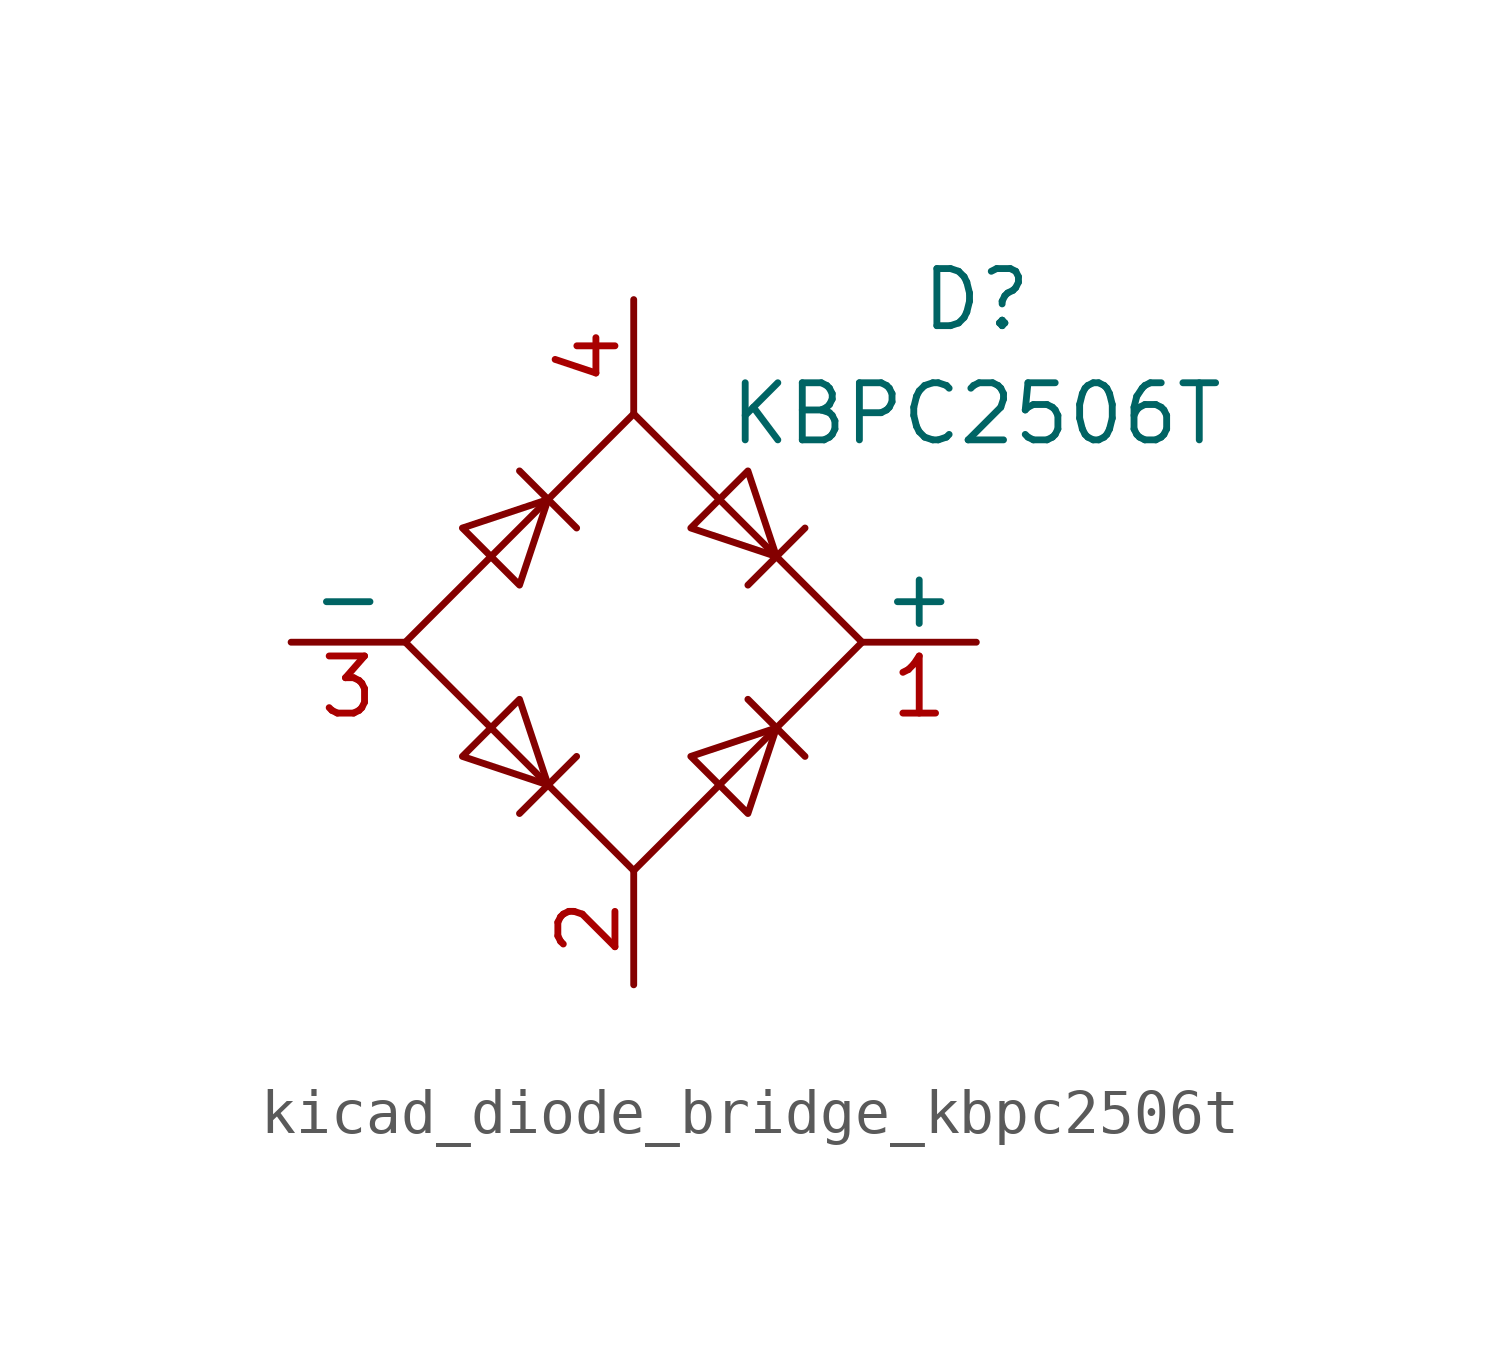
<source format=kicad_sym>
(kicad_symbol_lib
  (version 20220914)
  (generator kicad_symbol_editor)
  (symbol "kicad_diode_bridge_kbpc2506t"
    (pin_names
      (offset 0))
    (property "Reference" "D"
      (at 7.62 7.62 0)
      (effects (font (size 1.27 1.27))))
    (property "Value" "KBPC2506T"
      (at 7.62 5.08 0)
      (effects (font (size 1.27 1.27))))
    (symbol "kicad_diode_bridge_kbpc2506t_0_1"
      (polyline (pts (xy -2.54 3.81) (xy -1.27 2.54)) (stroke (width 0) (type default)) (fill (type none)))
      (polyline (pts (xy -1.27 -2.54) (xy -2.54 -3.81)) (stroke (width 0) (type default)) (fill (type none)))
      (polyline (pts (xy 2.54 -1.27) (xy 3.81 -2.54)) (stroke (width 0) (type default)) (fill (type none)))
      (polyline (pts (xy 2.54 1.27) (xy 3.81 2.54)) (stroke (width 0) (type default)) (fill (type none)))
      (polyline (pts (xy -3.81 2.54) (xy -2.54 1.27) (xy -1.905 3.175) (xy -3.81 2.54)) (stroke (width 0) (type default)) (fill (type none)))
      (polyline (pts (xy -2.54 -1.27) (xy -3.81 -2.54) (xy -1.905 -3.175) (xy -2.54 -1.27)) (stroke (width 0) (type default)) (fill (type none)))
      (polyline (pts (xy 1.27 2.54) (xy 2.54 3.81) (xy 3.175 1.905) (xy 1.27 2.54)) (stroke (width 0) (type default)) (fill (type none)))
      (polyline (pts (xy 3.175 -1.905) (xy 1.27 -2.54) (xy 2.54 -3.81) (xy 3.175 -1.905)) (stroke (width 0) (type default)) (fill (type none)))
      (polyline (pts (xy -5.08 0) (xy 0 -5.08) (xy 5.08 0) (xy 0 5.08) (xy -5.08 0)) (stroke (width 0) (type default)) (fill (type none))))
    (symbol "kicad_diode_bridge_kbpc2506t_1_1"
      (pin passive line (at 7.62 0 180) (length 2.54) (name "+" (effects (font (size 1.27 1.27)))) (number "1" (effects (font (size 1.27 1.27)))))
      (pin passive line (at 0 -7.62 90) (length 2.54) (name "~" (effects (font (size 1.27 1.27)))) (number "2" (effects (font (size 1.27 1.27)))))
      (pin passive line (at -7.62 0 0) (length 2.54) (name "-" (effects (font (size 1.27 1.27)))) (number "3" (effects (font (size 1.27 1.27)))))
      (pin passive line (at 0 7.62 270) (length 2.54) (name "~" (effects (font (size 1.27 1.27)))) (number "4" (effects (font (size 1.27 1.27))))))))
</source>
